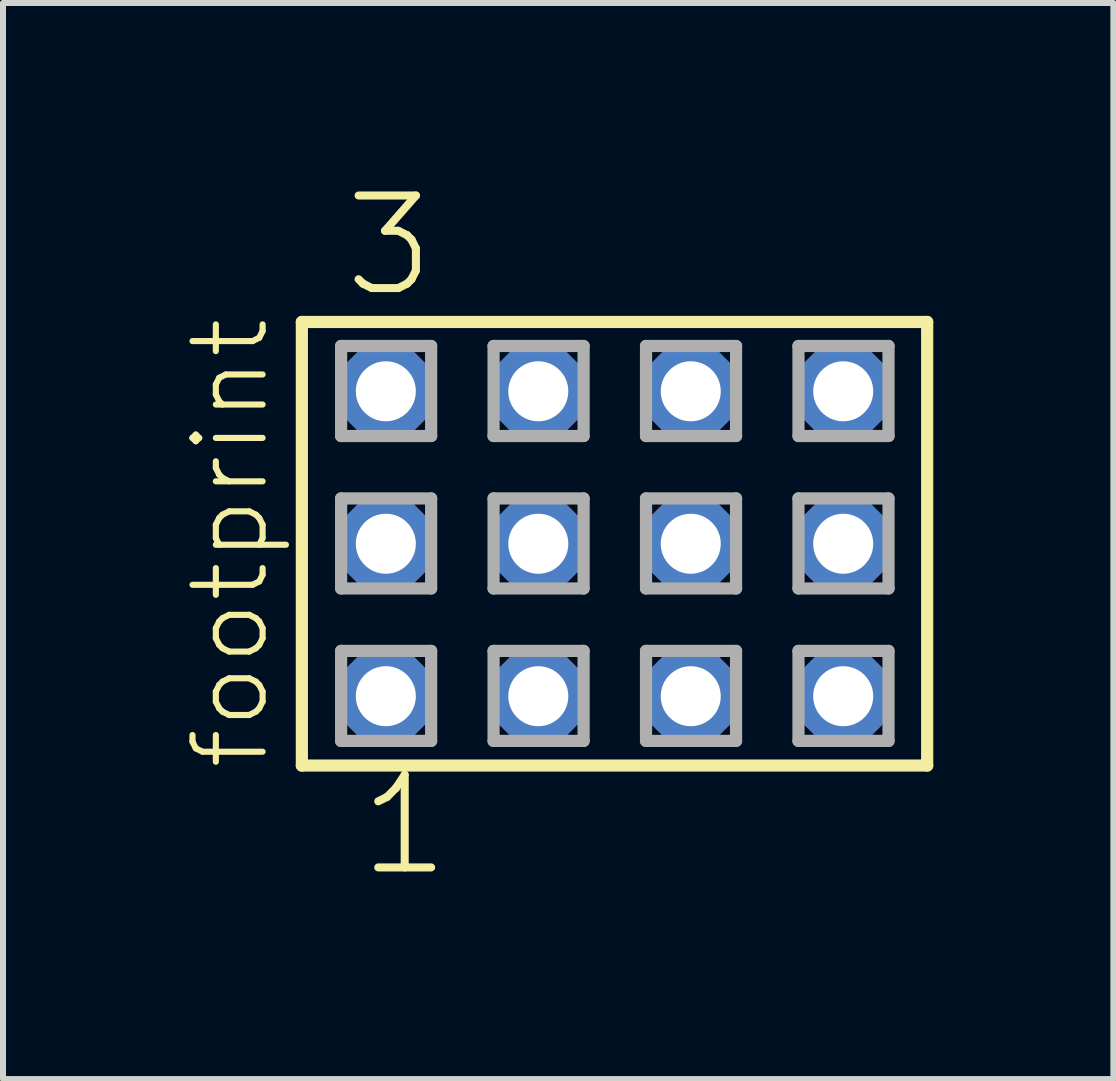
<source format=kicad_pcb>
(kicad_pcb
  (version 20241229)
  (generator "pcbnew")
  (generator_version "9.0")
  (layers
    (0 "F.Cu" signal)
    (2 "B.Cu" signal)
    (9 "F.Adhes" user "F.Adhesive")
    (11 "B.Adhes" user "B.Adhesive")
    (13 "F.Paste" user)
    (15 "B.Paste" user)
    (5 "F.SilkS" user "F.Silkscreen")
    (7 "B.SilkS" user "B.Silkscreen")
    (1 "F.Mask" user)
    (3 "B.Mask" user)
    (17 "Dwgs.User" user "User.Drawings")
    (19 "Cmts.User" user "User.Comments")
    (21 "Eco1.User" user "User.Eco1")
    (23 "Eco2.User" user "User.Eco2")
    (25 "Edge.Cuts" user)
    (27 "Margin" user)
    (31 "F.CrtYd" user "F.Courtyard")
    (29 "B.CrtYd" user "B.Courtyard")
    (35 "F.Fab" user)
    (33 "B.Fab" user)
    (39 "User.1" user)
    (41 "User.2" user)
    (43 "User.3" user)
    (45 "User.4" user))
  (footprint "footprint"
    (layer "F.Cu")
    (at 7.188 6.009)
    (property "Reference" "footprint" (at -5.715 3.81 90) (layer "F.SilkS") (effects (font (size 1.168 1.168) (thickness 0.102)) (justify left bottom)))
    (fp_line (start -5.209 -3.695) (end 5.209 -3.695) (stroke (width 0.203) (type solid)) (layer "F.SilkS"))
    (fp_line (start -5.209 3.695) (end -5.209 -3.695) (stroke (width 0.203) (type solid)) (layer "F.SilkS"))
    (fp_line (start 5.209 -3.695) (end 5.209 3.695) (stroke (width 0.203) (type solid)) (layer "F.SilkS"))
    (fp_line (start 5.209 3.695) (end -5.209 3.695) (stroke (width 0.203) (type solid)) (layer "F.SilkS"))
    (fp_line (start -4.555 -3.295) (end -3.055 -3.295) (stroke (width 0.203) (type solid)) (layer "F.Fab"))
    (fp_line (start -4.555 -1.795) (end -4.555 -3.295) (stroke (width 0.203) (type solid)) (layer "F.Fab"))
    (fp_line (start -4.555 -0.755) (end -3.055 -0.755) (stroke (width 0.203) (type solid)) (layer "F.Fab"))
    (fp_line (start -4.555 0.745) (end -4.555 -0.755) (stroke (width 0.203) (type solid)) (layer "F.Fab"))
    (fp_line (start -4.555 1.785) (end -3.055 1.785) (stroke (width 0.203) (type solid)) (layer "F.Fab"))
    (fp_line (start -4.555 3.285) (end -4.555 1.785) (stroke (width 0.203) (type solid)) (layer "F.Fab"))
    (fp_line (start -3.055 -3.295) (end -3.055 -1.795) (stroke (width 0.203) (type solid)) (layer "F.Fab"))
    (fp_line (start -3.055 -1.795) (end -4.555 -1.795) (stroke (width 0.203) (type solid)) (layer "F.Fab"))
    (fp_line (start -3.055 -0.755) (end -3.055 0.745) (stroke (width 0.203) (type solid)) (layer "F.Fab"))
    (fp_line (start -3.055 0.745) (end -4.555 0.745) (stroke (width 0.203) (type solid)) (layer "F.Fab"))
    (fp_line (start -3.055 1.785) (end -3.055 3.285) (stroke (width 0.203) (type solid)) (layer "F.Fab"))
    (fp_line (start -3.055 3.285) (end -4.555 3.285) (stroke (width 0.203) (type solid)) (layer "F.Fab"))
    (fp_line (start -2.015 -3.295) (end -0.515 -3.295) (stroke (width 0.203) (type solid)) (layer "F.Fab"))
    (fp_line (start -2.015 -1.795) (end -2.015 -3.295) (stroke (width 0.203) (type solid)) (layer "F.Fab"))
    (fp_line (start -2.015 -0.755) (end -0.515 -0.755) (stroke (width 0.203) (type solid)) (layer "F.Fab"))
    (fp_line (start -2.015 0.745) (end -2.015 -0.755) (stroke (width 0.203) (type solid)) (layer "F.Fab"))
    (fp_line (start -2.015 1.785) (end -0.515 1.785) (stroke (width 0.203) (type solid)) (layer "F.Fab"))
    (fp_line (start -2.015 3.285) (end -2.015 1.785) (stroke (width 0.203) (type solid)) (layer "F.Fab"))
    (fp_line (start -0.515 -3.295) (end -0.515 -1.795) (stroke (width 0.203) (type solid)) (layer "F.Fab"))
    (fp_line (start -0.515 -1.795) (end -2.015 -1.795) (stroke (width 0.203) (type solid)) (layer "F.Fab"))
    (fp_line (start -0.515 -0.755) (end -0.515 0.745) (stroke (width 0.203) (type solid)) (layer "F.Fab"))
    (fp_line (start -0.515 0.745) (end -2.015 0.745) (stroke (width 0.203) (type solid)) (layer "F.Fab"))
    (fp_line (start -0.515 1.785) (end -0.515 3.285) (stroke (width 0.203) (type solid)) (layer "F.Fab"))
    (fp_line (start -0.515 3.285) (end -2.015 3.285) (stroke (width 0.203) (type solid)) (layer "F.Fab"))
    (fp_line (start 0.525 -3.295) (end 2.025 -3.295) (stroke (width 0.203) (type solid)) (layer "F.Fab"))
    (fp_line (start 0.525 -1.795) (end 0.525 -3.295) (stroke (width 0.203) (type solid)) (layer "F.Fab"))
    (fp_line (start 0.525 -0.755) (end 2.025 -0.755) (stroke (width 0.203) (type solid)) (layer "F.Fab"))
    (fp_line (start 0.525 0.745) (end 0.525 -0.755) (stroke (width 0.203) (type solid)) (layer "F.Fab"))
    (fp_line (start 0.525 1.785) (end 2.025 1.785) (stroke (width 0.203) (type solid)) (layer "F.Fab"))
    (fp_line (start 0.525 3.285) (end 0.525 1.785) (stroke (width 0.203) (type solid)) (layer "F.Fab"))
    (fp_line (start 2.025 -3.295) (end 2.025 -1.795) (stroke (width 0.203) (type solid)) (layer "F.Fab"))
    (fp_line (start 2.025 -1.795) (end 0.525 -1.795) (stroke (width 0.203) (type solid)) (layer "F.Fab"))
    (fp_line (start 2.025 -0.755) (end 2.025 0.745) (stroke (width 0.203) (type solid)) (layer "F.Fab"))
    (fp_line (start 2.025 0.745) (end 0.525 0.745) (stroke (width 0.203) (type solid)) (layer "F.Fab"))
    (fp_line (start 2.025 1.785) (end 2.025 3.285) (stroke (width 0.203) (type solid)) (layer "F.Fab"))
    (fp_line (start 2.025 3.285) (end 0.525 3.285) (stroke (width 0.203) (type solid)) (layer "F.Fab"))
    (fp_line (start 3.065 -3.295) (end 4.565 -3.295) (stroke (width 0.203) (type solid)) (layer "F.Fab"))
    (fp_line (start 3.065 -1.795) (end 3.065 -3.295) (stroke (width 0.203) (type solid)) (layer "F.Fab"))
    (fp_line (start 3.065 -0.755) (end 4.565 -0.755) (stroke (width 0.203) (type solid)) (layer "F.Fab"))
    (fp_line (start 3.065 0.745) (end 3.065 -0.755) (stroke (width 0.203) (type solid)) (layer "F.Fab"))
    (fp_line (start 3.065 1.785) (end 4.565 1.785) (stroke (width 0.203) (type solid)) (layer "F.Fab"))
    (fp_line (start 3.065 3.285) (end 3.065 1.785) (stroke (width 0.203) (type solid)) (layer "F.Fab"))
    (fp_line (start 4.565 -3.295) (end 4.565 -1.795) (stroke (width 0.203) (type solid)) (layer "F.Fab"))
    (fp_line (start 4.565 -1.795) (end 3.065 -1.795) (stroke (width 0.203) (type solid)) (layer "F.Fab"))
    (fp_line (start 4.565 -0.755) (end 4.565 0.745) (stroke (width 0.203) (type solid)) (layer "F.Fab"))
    (fp_line (start 4.565 0.745) (end 3.065 0.745) (stroke (width 0.203) (type solid)) (layer "F.Fab"))
    (fp_line (start 4.565 1.785) (end 4.565 3.285) (stroke (width 0.203) (type solid)) (layer "F.Fab"))
    (fp_line (start 4.565 3.285) (end 3.065 3.285) (stroke (width 0.203) (type solid)) (layer "F.Fab"))
    (fp_text user "1" (at -4.318 5.588 0) (layer "F.SilkS") (effects (font (size 1.542 1.542) (thickness 0.134)) (justify left bottom)))
    (fp_text user "3" (at -4.572 -4.064 0) (layer "F.SilkS") (effects (font (size 1.542 1.542) (thickness 0.134)) (justify left bottom)))
    (pad "1" thru_hole roundrect (at -3.81 2.54) (size 1.5 1.5) (drill 1) (layers "*.Cu" "*.Mask") (roundrect_rratio 0.25) (chamfer_ratio 0.25) (chamfer top_left top_right bottom_left bottom_right))
    (pad "2" thru_hole roundrect (at -3.81 0) (size 1.5 1.5) (drill 1) (layers "*.Cu" "*.Mask") (roundrect_rratio 0.25) (chamfer_ratio 0.25) (chamfer top_left top_right bottom_left bottom_right))
    (pad "3" thru_hole roundrect (at -3.81 -2.54) (size 1.5 1.5) (drill 1) (layers "*.Cu" "*.Mask") (roundrect_rratio 0.25) (chamfer_ratio 0.25) (chamfer top_left top_right bottom_left bottom_right))
    (pad "4" thru_hole roundrect (at -1.27 2.54) (size 1.5 1.5) (drill 1) (layers "*.Cu" "*.Mask") (roundrect_rratio 0.25) (chamfer_ratio 0.25) (chamfer top_left top_right bottom_left bottom_right))
    (pad "5" thru_hole roundrect (at -1.27 0) (size 1.5 1.5) (drill 1) (layers "*.Cu" "*.Mask") (roundrect_rratio 0.25) (chamfer_ratio 0.25) (chamfer top_left top_right bottom_left bottom_right))
    (pad "6" thru_hole roundrect (at -1.27 -2.54) (size 1.5 1.5) (drill 1) (layers "*.Cu" "*.Mask") (roundrect_rratio 0.25) (chamfer_ratio 0.25) (chamfer top_left top_right bottom_left bottom_right))
    (pad "7" thru_hole roundrect (at 1.27 2.54) (size 1.5 1.5) (drill 1) (layers "*.Cu" "*.Mask") (roundrect_rratio 0.25) (chamfer_ratio 0.25) (chamfer top_left top_right bottom_left bottom_right))
    (pad "8" thru_hole roundrect (at 1.27 0) (size 1.5 1.5) (drill 1) (layers "*.Cu" "*.Mask") (roundrect_rratio 0.25) (chamfer_ratio 0.25) (chamfer top_left top_right bottom_left bottom_right))
    (pad "9" thru_hole roundrect (at 1.27 -2.54) (size 1.5 1.5) (drill 1) (layers "*.Cu" "*.Mask") (roundrect_rratio 0.25) (chamfer_ratio 0.25) (chamfer top_left top_right bottom_left bottom_right))
    (pad "10" thru_hole roundrect (at 3.81 2.54) (size 1.5 1.5) (drill 1) (layers "*.Cu" "*.Mask") (roundrect_rratio 0.25) (chamfer_ratio 0.25) (chamfer top_left top_right bottom_left bottom_right))
    (pad "11" thru_hole roundrect (at 3.81 0) (size 1.5 1.5) (drill 1) (layers "*.Cu" "*.Mask") (roundrect_rratio 0.25) (chamfer_ratio 0.25) (chamfer top_left top_right bottom_left bottom_right))
    (pad "12" thru_hole roundrect (at 3.81 -2.54) (size 1.5 1.5) (drill 1) (layers "*.Cu" "*.Mask") (roundrect_rratio 0.25) (chamfer_ratio 0.25) (chamfer top_left top_right bottom_left bottom_right)))
  (gr_rect
    (start -3 -3)
    (end 15.499 14.927)
    (stroke (width 0.1) (type default))
    (fill no)
    (layer "Edge.Cuts")))
</source>
